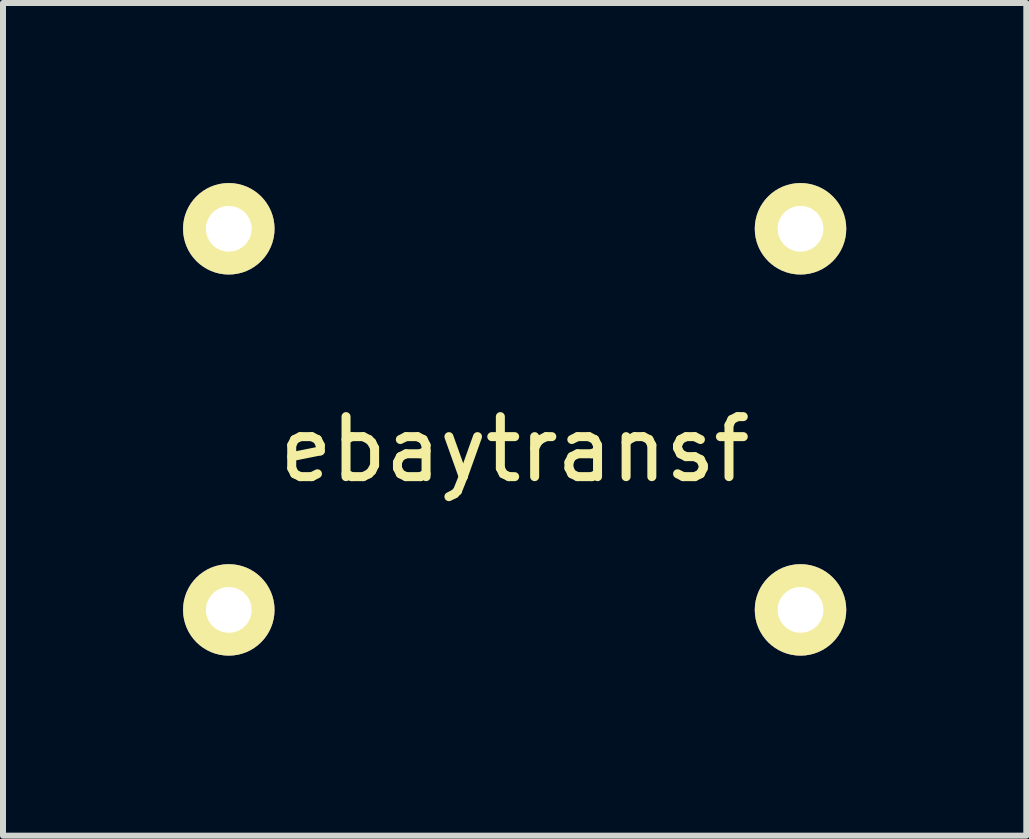
<source format=kicad_pcb>
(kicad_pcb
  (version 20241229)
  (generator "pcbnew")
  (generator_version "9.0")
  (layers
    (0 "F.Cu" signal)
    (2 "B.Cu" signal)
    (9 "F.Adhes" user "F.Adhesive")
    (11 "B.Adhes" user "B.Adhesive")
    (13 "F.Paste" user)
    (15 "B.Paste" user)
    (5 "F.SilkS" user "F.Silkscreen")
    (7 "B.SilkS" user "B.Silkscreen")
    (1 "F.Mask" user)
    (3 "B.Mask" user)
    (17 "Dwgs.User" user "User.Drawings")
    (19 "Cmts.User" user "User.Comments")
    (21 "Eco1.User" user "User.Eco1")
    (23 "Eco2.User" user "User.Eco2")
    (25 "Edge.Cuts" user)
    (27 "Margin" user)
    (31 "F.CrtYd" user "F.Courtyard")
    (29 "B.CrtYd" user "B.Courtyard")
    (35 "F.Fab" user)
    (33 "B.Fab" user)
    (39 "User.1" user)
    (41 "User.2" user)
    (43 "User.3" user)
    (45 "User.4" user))
  (footprint "ebaytransf"
    (layer "F.Cu")
    (at 5.525 3.937)
    (property "Reference" "ebaytransf" (at 0 0.5 0) (layer "F.SilkS") (effects (font (size 1 1) (thickness 0.15))))
    (attr through_hole)
    (pad "1" thru_hole circle (at -4.763 -3.175) (size 1.524 1.524) (drill 0.762) (layers "*.Cu" "*.Mask" "F.SilkS"))
    (pad "2" thru_hole circle (at -4.763 3.175) (size 1.524 1.524) (drill 0.762) (layers "*.Cu" "*.Mask" "F.SilkS"))
    (pad "3" thru_hole circle (at 4.763 3.175) (size 1.524 1.524) (drill 0.762) (layers "*.Cu" "*.Mask" "F.SilkS"))
    (pad "4" thru_hole circle (at 4.763 -3.175) (size 1.524 1.524) (drill 0.762) (layers "*.Cu" "*.Mask" "F.SilkS")))
  (gr_rect
    (start -3 -3)
    (end 14.05 10.874)
    (stroke (width 0.1) (type default))
    (fill no)
    (layer "Edge.Cuts")))
</source>
